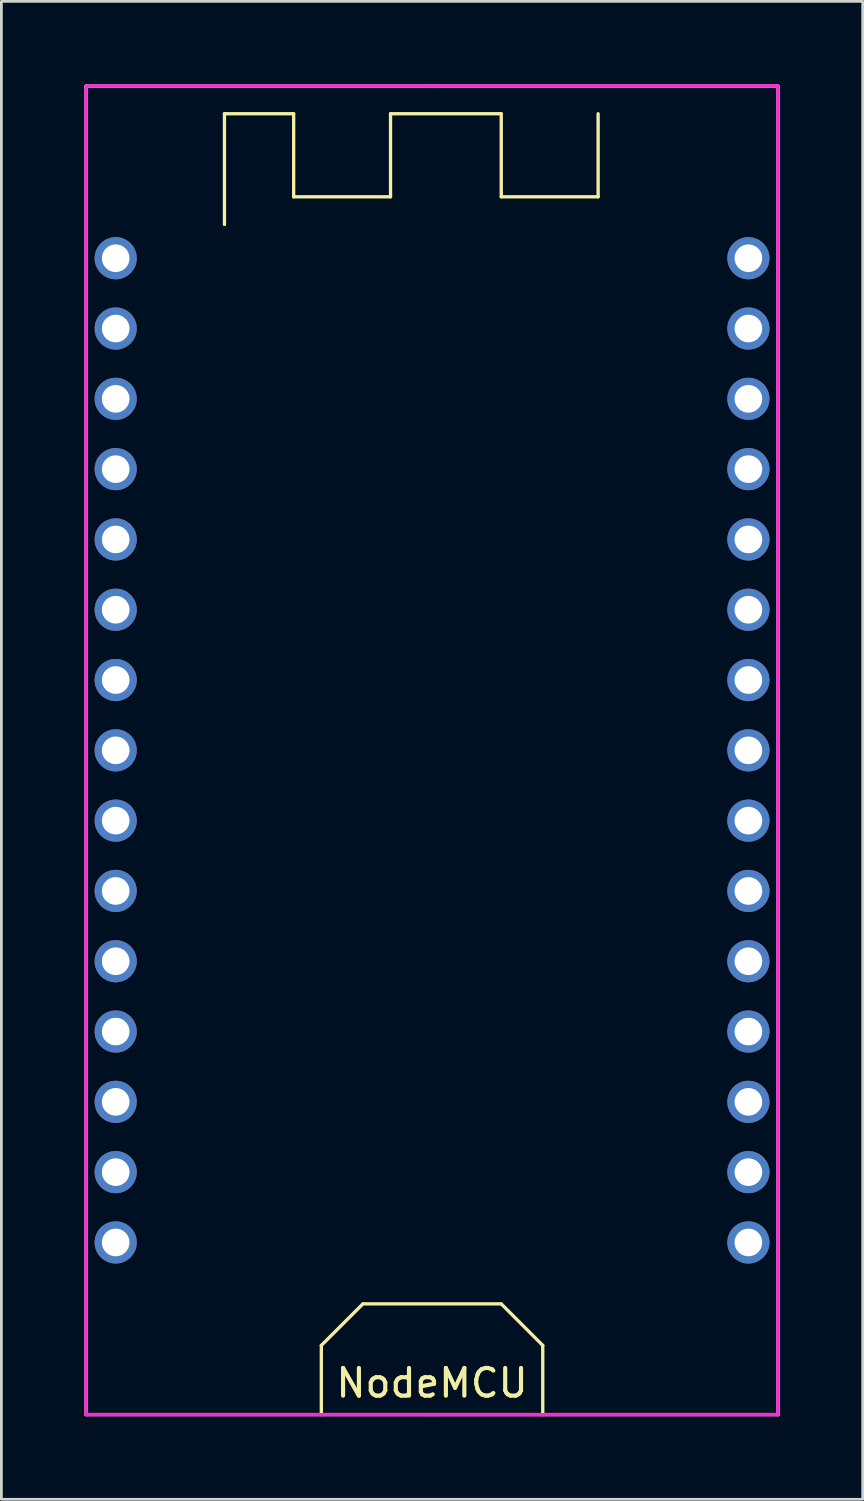
<source format=kicad_pcb>
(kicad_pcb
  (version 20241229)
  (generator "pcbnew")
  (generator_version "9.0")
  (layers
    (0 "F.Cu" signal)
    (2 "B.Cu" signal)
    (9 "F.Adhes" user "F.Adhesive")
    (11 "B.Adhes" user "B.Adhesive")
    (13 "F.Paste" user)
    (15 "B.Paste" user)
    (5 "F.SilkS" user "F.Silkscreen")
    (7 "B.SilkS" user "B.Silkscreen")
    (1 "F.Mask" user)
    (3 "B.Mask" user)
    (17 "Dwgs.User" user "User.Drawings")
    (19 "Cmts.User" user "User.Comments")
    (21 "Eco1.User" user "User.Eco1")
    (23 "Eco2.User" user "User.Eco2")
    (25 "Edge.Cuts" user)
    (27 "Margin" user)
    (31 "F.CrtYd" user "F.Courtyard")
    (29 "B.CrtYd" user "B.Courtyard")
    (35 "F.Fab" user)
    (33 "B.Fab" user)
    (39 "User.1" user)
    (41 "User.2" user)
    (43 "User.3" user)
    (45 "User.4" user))
  (footprint "NodeMCU"
    (layer "F.Cu")
    (at 12.56 24.06)
    (property "Reference" "NodeMCU" (at 0 22.86 0) (layer "F.SilkS") (effects (font (size 1 1) (thickness 0.15))))
    (attr through_hole)
    (fp_line (start -12.5 -24) (end -12.5 24) (stroke (width 0.12) (type solid)) (layer "F.SilkS"))
    (fp_line (start -12.5 -24) (end 12.5 -24) (stroke (width 0.12) (type solid)) (layer "F.SilkS"))
    (fp_line (start -7.5 -23) (end -5 -23) (stroke (width 0.12) (type solid)) (layer "F.SilkS"))
    (fp_line (start -7.5 -19) (end -7.5 -23) (stroke (width 0.12) (type solid)) (layer "F.SilkS"))
    (fp_line (start -5 -23) (end -5 -20) (stroke (width 0.12) (type solid)) (layer "F.SilkS"))
    (fp_line (start -5 -20) (end -1.5 -20) (stroke (width 0.12) (type solid)) (layer "F.SilkS"))
    (fp_line (start -4 21.5) (end -2.5 20) (stroke (width 0.12) (type solid)) (layer "F.SilkS"))
    (fp_line (start -4 24) (end -4 21.5) (stroke (width 0.12) (type solid)) (layer "F.SilkS"))
    (fp_line (start -2.5 20) (end 2.5 20) (stroke (width 0.12) (type solid)) (layer "F.SilkS"))
    (fp_line (start -1.5 -23) (end 2.5 -23) (stroke (width 0.12) (type solid)) (layer "F.SilkS"))
    (fp_line (start -1.5 -20) (end -1.5 -23) (stroke (width 0.12) (type solid)) (layer "F.SilkS"))
    (fp_line (start 2.5 -23) (end 2.5 -20) (stroke (width 0.12) (type solid)) (layer "F.SilkS"))
    (fp_line (start 2.5 -20) (end 6 -20) (stroke (width 0.12) (type solid)) (layer "F.SilkS"))
    (fp_line (start 2.5 20) (end 4 21.5) (stroke (width 0.12) (type solid)) (layer "F.SilkS"))
    (fp_line (start 4 21.5) (end 4 24) (stroke (width 0.12) (type solid)) (layer "F.SilkS"))
    (fp_line (start 6 -20) (end 6 -23) (stroke (width 0.12) (type solid)) (layer "F.SilkS"))
    (fp_line (start 12.5 -24) (end 12.5 24) (stroke (width 0.12) (type solid)) (layer "F.SilkS"))
    (fp_line (start 12.5 24) (end -12.5 24) (stroke (width 0.12) (type solid)) (layer "F.SilkS"))
    (fp_line (start -12.5 -24) (end -12.5 24) (stroke (width 0.12) (type solid)) (layer "F.CrtYd"))
    (fp_line (start -12.5 24) (end 0 24) (stroke (width 0.12) (type solid)) (layer "F.CrtYd"))
    (fp_line (start 0 -24) (end -12.5 -24) (stroke (width 0.12) (type solid)) (layer "F.CrtYd"))
    (fp_line (start 0 24) (end 12.5 24) (stroke (width 0.12) (type solid)) (layer "F.CrtYd"))
    (fp_line (start 12.5 -24) (end 0 -24) (stroke (width 0.12) (type solid)) (layer "F.CrtYd"))
    (fp_line (start 12.5 24) (end 12.5 -24) (stroke (width 0.12) (type solid)) (layer "F.CrtYd"))
    (pad "1" thru_hole circle (at -11.43 -17.78) (size 1.524 1.524) (drill 1) (layers "*.Cu" "*.Mask"))
    (pad "2" thru_hole circle (at -11.43 -15.24) (size 1.524 1.524) (drill 1) (layers "*.Cu" "*.Mask"))
    (pad "3" thru_hole circle (at -11.43 -12.7) (size 1.524 1.524) (drill 1) (layers "*.Cu" "*.Mask"))
    (pad "4" thru_hole circle (at -11.43 -10.16) (size 1.524 1.524) (drill 1) (layers "*.Cu" "*.Mask"))
    (pad "5" thru_hole circle (at -11.43 -7.62) (size 1.524 1.524) (drill 1) (layers "*.Cu" "*.Mask"))
    (pad "6" thru_hole circle (at -11.43 -5.08) (size 1.524 1.524) (drill 1) (layers "*.Cu" "*.Mask"))
    (pad "7" thru_hole circle (at -11.43 -2.54) (size 1.524 1.524) (drill 1) (layers "*.Cu" "*.Mask"))
    (pad "8" thru_hole circle (at -11.43 0) (size 1.524 1.524) (drill 1) (layers "*.Cu" "*.Mask"))
    (pad "9" thru_hole circle (at -11.43 2.54) (size 1.524 1.524) (drill 1) (layers "*.Cu" "*.Mask"))
    (pad "10" thru_hole circle (at -11.43 5.08) (size 1.524 1.524) (drill 1) (layers "*.Cu" "*.Mask"))
    (pad "11" thru_hole circle (at -11.43 7.62) (size 1.524 1.524) (drill 1) (layers "*.Cu" "*.Mask"))
    (pad "12" thru_hole circle (at -11.43 10.16) (size 1.524 1.524) (drill 1) (layers "*.Cu" "*.Mask"))
    (pad "13" thru_hole circle (at -11.43 12.7) (size 1.524 1.524) (drill 1) (layers "*.Cu" "*.Mask"))
    (pad "14" thru_hole circle (at -11.43 15.24) (size 1.524 1.524) (drill 1) (layers "*.Cu" "*.Mask"))
    (pad "15" thru_hole circle (at -11.43 17.78) (size 1.524 1.524) (drill 1) (layers "*.Cu" "*.Mask"))
    (pad "16" thru_hole circle (at 11.43 -17.78) (size 1.524 1.524) (drill 1) (layers "*.Cu" "*.Mask"))
    (pad "17" thru_hole circle (at 11.43 -15.24) (size 1.524 1.524) (drill 1) (layers "*.Cu" "*.Mask"))
    (pad "18" thru_hole circle (at 11.43 -12.7) (size 1.524 1.524) (drill 1) (layers "*.Cu" "*.Mask"))
    (pad "19" thru_hole circle (at 11.43 -10.16) (size 1.524 1.524) (drill 1) (layers "*.Cu" "*.Mask"))
    (pad "20" thru_hole circle (at 11.43 -7.62) (size 1.524 1.524) (drill 1) (layers "*.Cu" "*.Mask"))
    (pad "21" thru_hole circle (at 11.43 -5.08) (size 1.524 1.524) (drill 1) (layers "*.Cu" "*.Mask"))
    (pad "22" thru_hole circle (at 11.43 -2.54) (size 1.524 1.524) (drill 1) (layers "*.Cu" "*.Mask"))
    (pad "23" thru_hole circle (at 11.43 0) (size 1.524 1.524) (drill 1) (layers "*.Cu" "*.Mask"))
    (pad "24" thru_hole circle (at 11.43 2.54) (size 1.524 1.524) (drill 1) (layers "*.Cu" "*.Mask"))
    (pad "25" thru_hole circle (at 11.43 5.08) (size 1.524 1.524) (drill 1) (layers "*.Cu" "*.Mask"))
    (pad "26" thru_hole circle (at 11.43 7.62) (size 1.524 1.524) (drill 1) (layers "*.Cu" "*.Mask"))
    (pad "27" thru_hole circle (at 11.43 10.16) (size 1.524 1.524) (drill 1) (layers "*.Cu" "*.Mask"))
    (pad "28" thru_hole circle (at 11.43 12.7) (size 1.524 1.524) (drill 1) (layers "*.Cu" "*.Mask"))
    (pad "29" thru_hole circle (at 11.43 15.24) (size 1.524 1.524) (drill 1) (layers "*.Cu" "*.Mask"))
    (pad "30" thru_hole circle (at 11.43 17.78) (size 1.524 1.524) (drill 1) (layers "*.Cu" "*.Mask")))
  (gr_rect
    (start -3 -3)
    (end 28.12 51.12)
    (stroke (width 0.1) (type default))
    (fill no)
    (layer "Edge.Cuts")))
</source>
